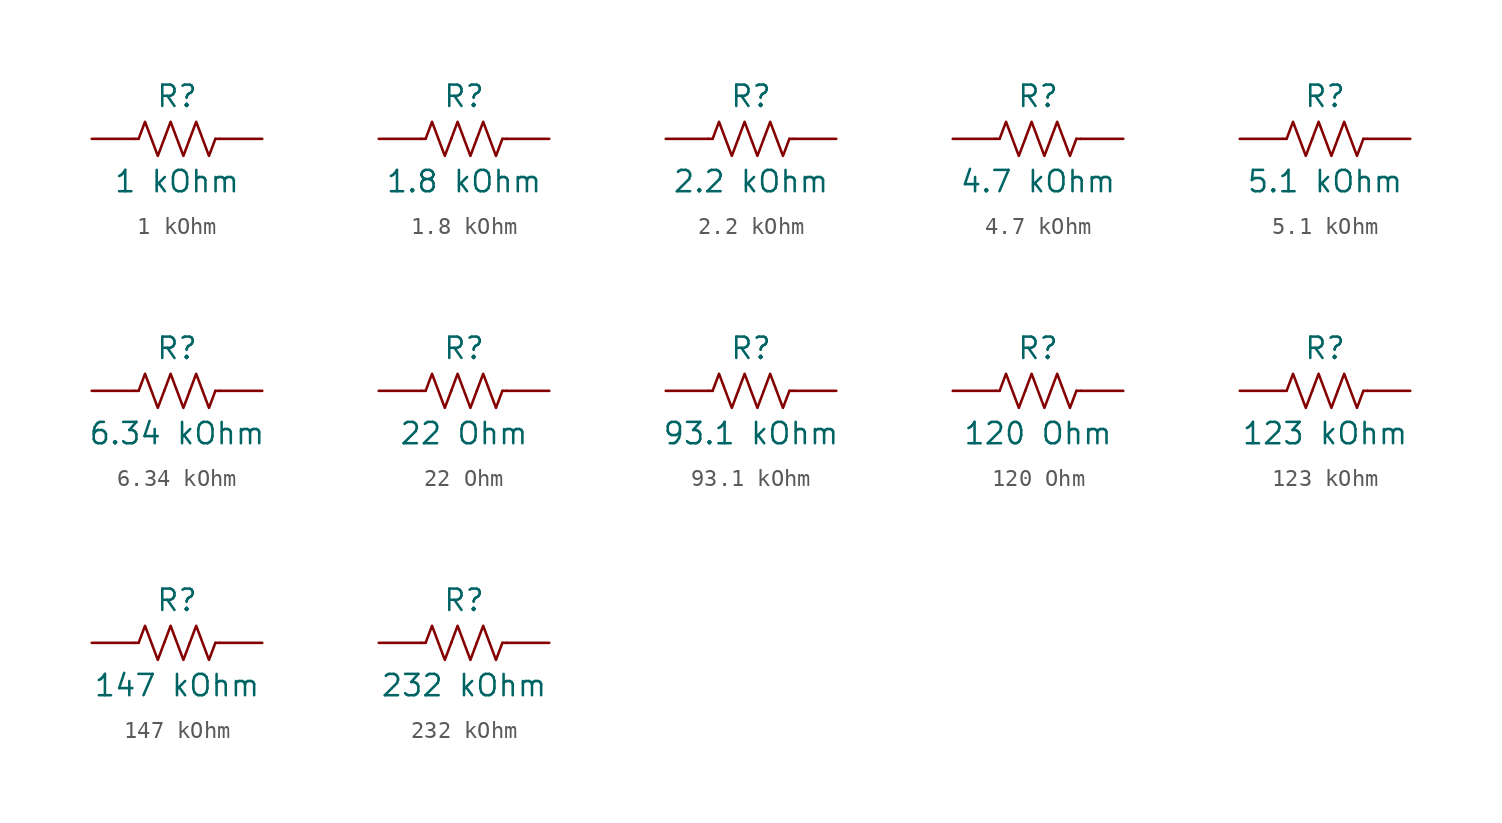
<source format=kicad_sym>
(kicad_symbol_lib
  (version 20241209)
  (generator "kicad_symbol_editor")
  (generator_version "9.0")
  (symbol "1 kOhm"
    (pin_numbers
      (hide yes))
    (pin_names
      (offset 0))
    (property "Reference" "R"
      (at 0 2.54 0)
      (effects (font (size 1.27 1.27))))
    (property "Value" "1 kOhm"
      (at 0 -2.54 0)
      (effects (font (size 1.27 1.27))))
    (symbol "1 kOhm_0_1"
      (polyline (pts (xy -2.286 0) (xy -2.54 0)) (stroke (width 0) (type default)) (fill (type none)))
      (polyline (pts (xy -2.286 0) (xy -1.905 1.016) (xy -1.524 0) (xy -1.143 -1.016) (xy -0.762 0)) (stroke (width 0) (type default)) (fill (type none)))
      (polyline (pts (xy -0.762 0) (xy -0.381 1.016) (xy 0 0) (xy 0.381 -1.016) (xy 0.762 0)) (stroke (width 0) (type default)) (fill (type none)))
      (polyline (pts (xy 0.762 0) (xy 1.143 1.016) (xy 1.524 0) (xy 1.905 -1.016) (xy 2.286 0)) (stroke (width 0) (type default)) (fill (type none)))
      (polyline (pts (xy 2.286 0) (xy 2.54 0)) (stroke (width 0) (type default)) (fill (type none))))
    (symbol "1 kOhm_1_1"
      (pin passive line (at -5.08 0 0) (length 2.54) (name "~" (effects (font (size 1.27 1.27)))) (number "1" (effects (font (size 1.27 1.27)))))
      (pin passive line (at 5.08 0 180) (length 2.54) (name "~" (effects (font (size 1.27 1.27)))) (number "2" (effects (font (size 1.27 1.27)))))))
  (symbol "1.8 kOhm"
    (pin_numbers
      (hide yes))
    (pin_names
      (offset 0))
    (property "Reference" "R"
      (at 0 2.54 0)
      (effects (font (size 1.27 1.27))))
    (property "Value" "1.8 kOhm"
      (at 0 -2.54 0)
      (effects (font (size 1.27 1.27))))
    (symbol "1.8 kOhm_0_1"
      (polyline (pts (xy -2.286 0) (xy -2.54 0)) (stroke (width 0) (type default)) (fill (type none)))
      (polyline (pts (xy -2.286 0) (xy -1.905 1.016) (xy -1.524 0) (xy -1.143 -1.016) (xy -0.762 0)) (stroke (width 0) (type default)) (fill (type none)))
      (polyline (pts (xy -0.762 0) (xy -0.381 1.016) (xy 0 0) (xy 0.381 -1.016) (xy 0.762 0)) (stroke (width 0) (type default)) (fill (type none)))
      (polyline (pts (xy 0.762 0) (xy 1.143 1.016) (xy 1.524 0) (xy 1.905 -1.016) (xy 2.286 0)) (stroke (width 0) (type default)) (fill (type none)))
      (polyline (pts (xy 2.286 0) (xy 2.54 0)) (stroke (width 0) (type default)) (fill (type none))))
    (symbol "1.8 kOhm_1_1"
      (pin passive line (at -5.08 0 0) (length 2.54) (name "~" (effects (font (size 1.27 1.27)))) (number "1" (effects (font (size 1.27 1.27)))))
      (pin passive line (at 5.08 0 180) (length 2.54) (name "~" (effects (font (size 1.27 1.27)))) (number "2" (effects (font (size 1.27 1.27)))))))
  (symbol "2.2 kOhm"
    (pin_numbers
      (hide yes))
    (pin_names
      (offset 0))
    (property "Reference" "R"
      (at 0 2.54 0)
      (effects (font (size 1.27 1.27))))
    (property "Value" "2.2 kOhm"
      (at 0 -2.54 0)
      (effects (font (size 1.27 1.27))))
    (symbol "2.2 kOhm_0_1"
      (polyline (pts (xy -2.286 0) (xy -2.54 0)) (stroke (width 0) (type default)) (fill (type none)))
      (polyline (pts (xy -2.286 0) (xy -1.905 1.016) (xy -1.524 0) (xy -1.143 -1.016) (xy -0.762 0)) (stroke (width 0) (type default)) (fill (type none)))
      (polyline (pts (xy -0.762 0) (xy -0.381 1.016) (xy 0 0) (xy 0.381 -1.016) (xy 0.762 0)) (stroke (width 0) (type default)) (fill (type none)))
      (polyline (pts (xy 0.762 0) (xy 1.143 1.016) (xy 1.524 0) (xy 1.905 -1.016) (xy 2.286 0)) (stroke (width 0) (type default)) (fill (type none)))
      (polyline (pts (xy 2.286 0) (xy 2.54 0)) (stroke (width 0) (type default)) (fill (type none))))
    (symbol "2.2 kOhm_1_1"
      (pin passive line (at -5.08 0 0) (length 2.54) (name "~" (effects (font (size 1.27 1.27)))) (number "1" (effects (font (size 1.27 1.27)))))
      (pin passive line (at 5.08 0 180) (length 2.54) (name "~" (effects (font (size 1.27 1.27)))) (number "2" (effects (font (size 1.27 1.27)))))))
  (symbol "4.7 kOhm"
    (pin_numbers
      (hide yes))
    (pin_names
      (offset 0))
    (property "Reference" "R"
      (at 0 2.54 0)
      (effects (font (size 1.27 1.27))))
    (property "Value" "4.7 kOhm"
      (at 0 -2.54 0)
      (effects (font (size 1.27 1.27))))
    (symbol "4.7 kOhm_0_1"
      (polyline (pts (xy -2.286 0) (xy -2.54 0)) (stroke (width 0) (type default)) (fill (type none)))
      (polyline (pts (xy -2.286 0) (xy -1.905 1.016) (xy -1.524 0) (xy -1.143 -1.016) (xy -0.762 0)) (stroke (width 0) (type default)) (fill (type none)))
      (polyline (pts (xy -0.762 0) (xy -0.381 1.016) (xy 0 0) (xy 0.381 -1.016) (xy 0.762 0)) (stroke (width 0) (type default)) (fill (type none)))
      (polyline (pts (xy 0.762 0) (xy 1.143 1.016) (xy 1.524 0) (xy 1.905 -1.016) (xy 2.286 0)) (stroke (width 0) (type default)) (fill (type none)))
      (polyline (pts (xy 2.286 0) (xy 2.54 0)) (stroke (width 0) (type default)) (fill (type none))))
    (symbol "4.7 kOhm_1_1"
      (pin passive line (at -5.08 0 0) (length 2.54) (name "~" (effects (font (size 1.27 1.27)))) (number "1" (effects (font (size 1.27 1.27)))))
      (pin passive line (at 5.08 0 180) (length 2.54) (name "~" (effects (font (size 1.27 1.27)))) (number "2" (effects (font (size 1.27 1.27)))))))
  (symbol "5.1 kOhm"
    (pin_numbers
      (hide yes))
    (pin_names
      (offset 0))
    (property "Reference" "R"
      (at 0 2.54 0)
      (effects (font (size 1.27 1.27))))
    (property "Value" "5.1 kOhm"
      (at 0 -2.54 0)
      (effects (font (size 1.27 1.27))))
    (symbol "5.1 kOhm_0_1"
      (polyline (pts (xy -2.286 0) (xy -2.54 0)) (stroke (width 0) (type default)) (fill (type none)))
      (polyline (pts (xy -2.286 0) (xy -1.905 1.016) (xy -1.524 0) (xy -1.143 -1.016) (xy -0.762 0)) (stroke (width 0) (type default)) (fill (type none)))
      (polyline (pts (xy -0.762 0) (xy -0.381 1.016) (xy 0 0) (xy 0.381 -1.016) (xy 0.762 0)) (stroke (width 0) (type default)) (fill (type none)))
      (polyline (pts (xy 0.762 0) (xy 1.143 1.016) (xy 1.524 0) (xy 1.905 -1.016) (xy 2.286 0)) (stroke (width 0) (type default)) (fill (type none)))
      (polyline (pts (xy 2.286 0) (xy 2.54 0)) (stroke (width 0) (type default)) (fill (type none))))
    (symbol "5.1 kOhm_1_1"
      (pin passive line (at -5.08 0 0) (length 2.54) (name "~" (effects (font (size 1.27 1.27)))) (number "1" (effects (font (size 1.27 1.27)))))
      (pin passive line (at 5.08 0 180) (length 2.54) (name "~" (effects (font (size 1.27 1.27)))) (number "2" (effects (font (size 1.27 1.27)))))))
  (symbol "6.34 kOhm"
    (pin_numbers
      (hide yes))
    (pin_names
      (offset 0))
    (property "Reference" "R"
      (at 0 2.54 0)
      (effects (font (size 1.27 1.27))))
    (property "Value" "6.34 kOhm"
      (at 0 -2.54 0)
      (effects (font (size 1.27 1.27))))
    (symbol "6.34 kOhm_0_1"
      (polyline (pts (xy -2.286 0) (xy -2.54 0)) (stroke (width 0) (type default)) (fill (type none)))
      (polyline (pts (xy -2.286 0) (xy -1.905 1.016) (xy -1.524 0) (xy -1.143 -1.016) (xy -0.762 0)) (stroke (width 0) (type default)) (fill (type none)))
      (polyline (pts (xy -0.762 0) (xy -0.381 1.016) (xy 0 0) (xy 0.381 -1.016) (xy 0.762 0)) (stroke (width 0) (type default)) (fill (type none)))
      (polyline (pts (xy 0.762 0) (xy 1.143 1.016) (xy 1.524 0) (xy 1.905 -1.016) (xy 2.286 0)) (stroke (width 0) (type default)) (fill (type none)))
      (polyline (pts (xy 2.286 0) (xy 2.54 0)) (stroke (width 0) (type default)) (fill (type none))))
    (symbol "6.34 kOhm_1_1"
      (pin passive line (at -5.08 0 0) (length 2.54) (name "~" (effects (font (size 1.27 1.27)))) (number "1" (effects (font (size 1.27 1.27)))))
      (pin passive line (at 5.08 0 180) (length 2.54) (name "~" (effects (font (size 1.27 1.27)))) (number "2" (effects (font (size 1.27 1.27)))))))
  (symbol "22 Ohm"
    (pin_numbers
      (hide yes))
    (pin_names
      (offset 0))
    (property "Reference" "R"
      (at 0 2.54 0)
      (effects (font (size 1.27 1.27))))
    (property "Value" "22 Ohm"
      (at 0 -2.54 0)
      (effects (font (size 1.27 1.27))))
    (symbol "22 Ohm_0_1"
      (polyline (pts (xy -2.286 0) (xy -2.54 0)) (stroke (width 0) (type default)) (fill (type none)))
      (polyline (pts (xy -2.286 0) (xy -1.905 1.016) (xy -1.524 0) (xy -1.143 -1.016) (xy -0.762 0)) (stroke (width 0) (type default)) (fill (type none)))
      (polyline (pts (xy -0.762 0) (xy -0.381 1.016) (xy 0 0) (xy 0.381 -1.016) (xy 0.762 0)) (stroke (width 0) (type default)) (fill (type none)))
      (polyline (pts (xy 0.762 0) (xy 1.143 1.016) (xy 1.524 0) (xy 1.905 -1.016) (xy 2.286 0)) (stroke (width 0) (type default)) (fill (type none)))
      (polyline (pts (xy 2.286 0) (xy 2.54 0)) (stroke (width 0) (type default)) (fill (type none))))
    (symbol "22 Ohm_1_1"
      (pin passive line (at -5.08 0 0) (length 2.54) (name "~" (effects (font (size 1.27 1.27)))) (number "1" (effects (font (size 1.27 1.27)))))
      (pin passive line (at 5.08 0 180) (length 2.54) (name "~" (effects (font (size 1.27 1.27)))) (number "2" (effects (font (size 1.27 1.27)))))))
  (symbol "93.1 kOhm"
    (pin_numbers
      (hide yes))
    (pin_names
      (offset 0))
    (property "Reference" "R"
      (at 0 2.54 0)
      (effects (font (size 1.27 1.27))))
    (property "Value" "93.1 kOhm"
      (at 0 -2.54 0)
      (effects (font (size 1.27 1.27))))
    (symbol "93.1 kOhm_0_1"
      (polyline (pts (xy -2.286 0) (xy -2.54 0)) (stroke (width 0) (type default)) (fill (type none)))
      (polyline (pts (xy -2.286 0) (xy -1.905 1.016) (xy -1.524 0) (xy -1.143 -1.016) (xy -0.762 0)) (stroke (width 0) (type default)) (fill (type none)))
      (polyline (pts (xy -0.762 0) (xy -0.381 1.016) (xy 0 0) (xy 0.381 -1.016) (xy 0.762 0)) (stroke (width 0) (type default)) (fill (type none)))
      (polyline (pts (xy 0.762 0) (xy 1.143 1.016) (xy 1.524 0) (xy 1.905 -1.016) (xy 2.286 0)) (stroke (width 0) (type default)) (fill (type none)))
      (polyline (pts (xy 2.286 0) (xy 2.54 0)) (stroke (width 0) (type default)) (fill (type none))))
    (symbol "93.1 kOhm_1_1"
      (pin passive line (at -5.08 0 0) (length 2.54) (name "~" (effects (font (size 1.27 1.27)))) (number "1" (effects (font (size 1.27 1.27)))))
      (pin passive line (at 5.08 0 180) (length 2.54) (name "~" (effects (font (size 1.27 1.27)))) (number "2" (effects (font (size 1.27 1.27)))))))
  (symbol "120 Ohm"
    (pin_numbers
      (hide yes))
    (pin_names
      (offset 0))
    (property "Reference" "R"
      (at 0 2.54 0)
      (effects (font (size 1.27 1.27))))
    (property "Value" "120 Ohm"
      (at 0 -2.54 0)
      (effects (font (size 1.27 1.27))))
    (symbol "120 Ohm_0_1"
      (polyline (pts (xy -2.286 0) (xy -2.54 0)) (stroke (width 0) (type default)) (fill (type none)))
      (polyline (pts (xy -2.286 0) (xy -1.905 1.016) (xy -1.524 0) (xy -1.143 -1.016) (xy -0.762 0)) (stroke (width 0) (type default)) (fill (type none)))
      (polyline (pts (xy -0.762 0) (xy -0.381 1.016) (xy 0 0) (xy 0.381 -1.016) (xy 0.762 0)) (stroke (width 0) (type default)) (fill (type none)))
      (polyline (pts (xy 0.762 0) (xy 1.143 1.016) (xy 1.524 0) (xy 1.905 -1.016) (xy 2.286 0)) (stroke (width 0) (type default)) (fill (type none)))
      (polyline (pts (xy 2.286 0) (xy 2.54 0)) (stroke (width 0) (type default)) (fill (type none))))
    (symbol "120 Ohm_1_1"
      (pin passive line (at -5.08 0 0) (length 2.54) (name "~" (effects (font (size 1.27 1.27)))) (number "1" (effects (font (size 1.27 1.27)))))
      (pin passive line (at 5.08 0 180) (length 2.54) (name "~" (effects (font (size 1.27 1.27)))) (number "2" (effects (font (size 1.27 1.27)))))))
  (symbol "123 kOhm"
    (pin_numbers
      (hide yes))
    (pin_names
      (offset 0))
    (property "Reference" "R"
      (at 0 2.54 0)
      (effects (font (size 1.27 1.27))))
    (property "Value" "123 kOhm"
      (at 0 -2.54 0)
      (effects (font (size 1.27 1.27))))
    (symbol "123 kOhm_0_1"
      (polyline (pts (xy -2.286 0) (xy -2.54 0)) (stroke (width 0) (type default)) (fill (type none)))
      (polyline (pts (xy -2.286 0) (xy -1.905 1.016) (xy -1.524 0) (xy -1.143 -1.016) (xy -0.762 0)) (stroke (width 0) (type default)) (fill (type none)))
      (polyline (pts (xy -0.762 0) (xy -0.381 1.016) (xy 0 0) (xy 0.381 -1.016) (xy 0.762 0)) (stroke (width 0) (type default)) (fill (type none)))
      (polyline (pts (xy 0.762 0) (xy 1.143 1.016) (xy 1.524 0) (xy 1.905 -1.016) (xy 2.286 0)) (stroke (width 0) (type default)) (fill (type none)))
      (polyline (pts (xy 2.286 0) (xy 2.54 0)) (stroke (width 0) (type default)) (fill (type none))))
    (symbol "123 kOhm_1_1"
      (pin passive line (at -5.08 0 0) (length 2.54) (name "~" (effects (font (size 1.27 1.27)))) (number "1" (effects (font (size 1.27 1.27)))))
      (pin passive line (at 5.08 0 180) (length 2.54) (name "~" (effects (font (size 1.27 1.27)))) (number "2" (effects (font (size 1.27 1.27)))))))
  (symbol "147 kOhm"
    (pin_numbers
      (hide yes))
    (pin_names
      (offset 0))
    (property "Reference" "R"
      (at 0 2.54 0)
      (effects (font (size 1.27 1.27))))
    (property "Value" "147 kOhm"
      (at 0 -2.54 0)
      (effects (font (size 1.27 1.27))))
    (symbol "147 kOhm_0_1"
      (polyline (pts (xy -2.286 0) (xy -2.54 0)) (stroke (width 0) (type default)) (fill (type none)))
      (polyline (pts (xy -2.286 0) (xy -1.905 1.016) (xy -1.524 0) (xy -1.143 -1.016) (xy -0.762 0)) (stroke (width 0) (type default)) (fill (type none)))
      (polyline (pts (xy -0.762 0) (xy -0.381 1.016) (xy 0 0) (xy 0.381 -1.016) (xy 0.762 0)) (stroke (width 0) (type default)) (fill (type none)))
      (polyline (pts (xy 0.762 0) (xy 1.143 1.016) (xy 1.524 0) (xy 1.905 -1.016) (xy 2.286 0)) (stroke (width 0) (type default)) (fill (type none)))
      (polyline (pts (xy 2.286 0) (xy 2.54 0)) (stroke (width 0) (type default)) (fill (type none))))
    (symbol "147 kOhm_1_1"
      (pin passive line (at -5.08 0 0) (length 2.54) (name "~" (effects (font (size 1.27 1.27)))) (number "1" (effects (font (size 1.27 1.27)))))
      (pin passive line (at 5.08 0 180) (length 2.54) (name "~" (effects (font (size 1.27 1.27)))) (number "2" (effects (font (size 1.27 1.27)))))))
  (symbol "232 kOhm"
    (pin_numbers
      (hide yes))
    (pin_names
      (offset 0))
    (property "Reference" "R"
      (at 0 2.54 0)
      (effects (font (size 1.27 1.27))))
    (property "Value" "232 kOhm"
      (at 0 -2.54 0)
      (effects (font (size 1.27 1.27))))
    (symbol "232 kOhm_0_1"
      (polyline (pts (xy -2.286 0) (xy -2.54 0)) (stroke (width 0) (type default)) (fill (type none)))
      (polyline (pts (xy -2.286 0) (xy -1.905 1.016) (xy -1.524 0) (xy -1.143 -1.016) (xy -0.762 0)) (stroke (width 0) (type default)) (fill (type none)))
      (polyline (pts (xy -0.762 0) (xy -0.381 1.016) (xy 0 0) (xy 0.381 -1.016) (xy 0.762 0)) (stroke (width 0) (type default)) (fill (type none)))
      (polyline (pts (xy 0.762 0) (xy 1.143 1.016) (xy 1.524 0) (xy 1.905 -1.016) (xy 2.286 0)) (stroke (width 0) (type default)) (fill (type none)))
      (polyline (pts (xy 2.286 0) (xy 2.54 0)) (stroke (width 0) (type default)) (fill (type none))))
    (symbol "232 kOhm_1_1"
      (pin passive line (at -5.08 0 0) (length 2.54) (name "~" (effects (font (size 1.27 1.27)))) (number "1" (effects (font (size 1.27 1.27)))))
      (pin passive line (at 5.08 0 180) (length 2.54) (name "~" (effects (font (size 1.27 1.27)))) (number "2" (effects (font (size 1.27 1.27))))))))
</source>
